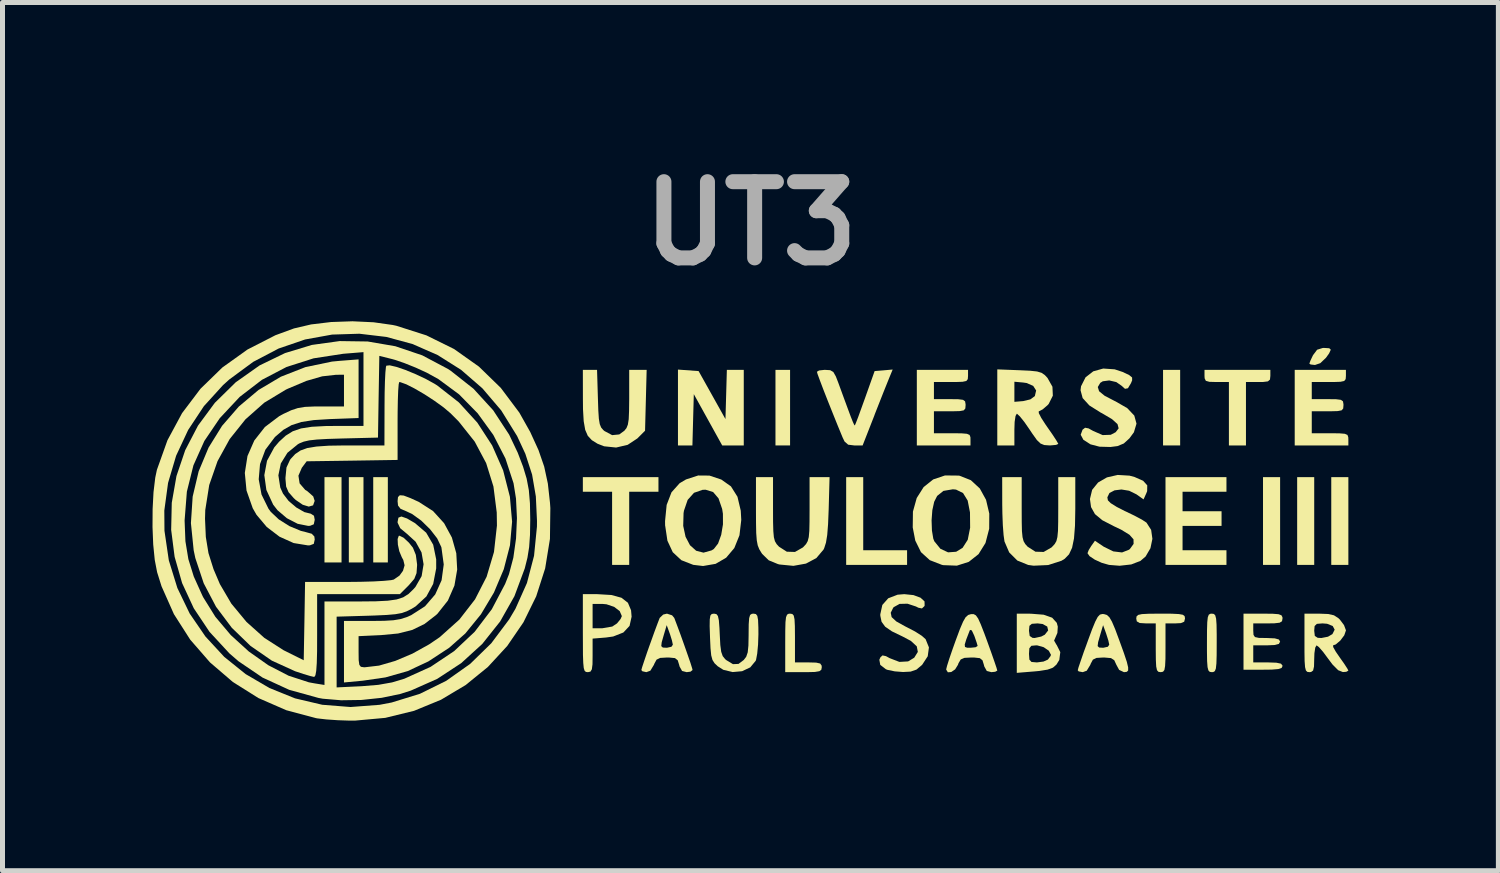
<source format=kicad_pcb>
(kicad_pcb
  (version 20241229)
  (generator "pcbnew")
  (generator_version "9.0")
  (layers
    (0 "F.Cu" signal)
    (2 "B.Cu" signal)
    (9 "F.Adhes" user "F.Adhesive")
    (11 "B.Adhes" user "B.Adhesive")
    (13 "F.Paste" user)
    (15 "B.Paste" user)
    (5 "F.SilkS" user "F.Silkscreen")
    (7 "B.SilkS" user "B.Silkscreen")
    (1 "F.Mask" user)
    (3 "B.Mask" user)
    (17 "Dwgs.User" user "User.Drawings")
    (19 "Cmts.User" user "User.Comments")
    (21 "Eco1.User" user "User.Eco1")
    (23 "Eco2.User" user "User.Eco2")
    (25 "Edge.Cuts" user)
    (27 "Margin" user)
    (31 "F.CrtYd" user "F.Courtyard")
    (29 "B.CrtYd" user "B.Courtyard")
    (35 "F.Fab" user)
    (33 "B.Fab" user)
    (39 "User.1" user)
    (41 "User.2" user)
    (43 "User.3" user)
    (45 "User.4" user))
  (footprint "UT3"
    (layer "F.Cu")
    (at 12.019 7.418)
    (property "Reference" "UT3" (at -0.05 -6 0) (layer "F.Fab") (effects (font (size 1.524 1.524) (thickness 0.3))))
    (attr board_only exclude_from_pos_files exclude_from_bom)
    (fp_poly (pts (xy -8.239 0.78) (xy -8.58 0.78) (xy -8.58 -0.926) (xy -8.239 -0.926)) (stroke (width 0) (type solid)) (fill yes) (layer "F.SilkS"))
    (fp_poly (pts (xy -7.8 0.78) (xy -8.093 0.78) (xy -8.093 -0.926) (xy -7.8 -0.926)) (stroke (width 0) (type solid)) (fill yes) (layer "F.SilkS"))
    (fp_poly (pts (xy -7.313 0.78) (xy -7.605 0.78) (xy -7.605 -0.926) (xy -7.313 -0.926)) (stroke (width 0) (type solid)) (fill yes) (layer "F.SilkS"))
    (fp_poly (pts (xy 0.731 -1.56) (xy 0.439 -1.56) (xy 0.439 -3.071) (xy 0.731 -3.071)) (stroke (width 0) (type solid)) (fill yes) (layer "F.SilkS"))
    (fp_poly (pts (xy 8.532 -1.56) (xy 8.19 -1.56) (xy 8.19 -3.071) (xy 8.532 -3.071)) (stroke (width 0) (type solid)) (fill yes) (layer "F.SilkS"))
    (fp_poly (pts (xy 10.531 0.829) (xy 10.189 0.829) (xy 10.189 -0.926) (xy 10.531 -0.926)) (stroke (width 0) (type solid)) (fill yes) (layer "F.SilkS"))
    (fp_poly (pts (xy 11.213 0.829) (xy 10.872 0.829) (xy 10.872 -0.926) (xy 11.213 -0.926)) (stroke (width 0) (type solid)) (fill yes) (layer "F.SilkS"))
    (fp_poly (pts (xy 11.896 0.829) (xy 11.554 0.829) (xy 11.554 -0.926) (xy 11.896 -0.926)) (stroke (width 0) (type solid)) (fill yes) (layer "F.SilkS"))
    (fp_poly (pts (xy 2.194 0.536) (xy 3.071 0.536) (xy 3.071 0.829) (xy 1.853 0.829) (xy 1.853 -0.926) (xy 2.194 -0.926)) (stroke (width 0) (type solid)) (fill yes) (layer "F.SilkS"))
    (fp_poly (pts (xy -1.901 -0.634) (xy -2.486 -0.634) (xy -2.486 0.829) (xy -2.828 0.829) (xy -2.828 -0.634) (xy -3.413 -0.634) (xy -3.413 -0.926) (xy -1.901 -0.926)) (stroke (width 0) (type solid)) (fill yes) (layer "F.SilkS"))
    (fp_poly (pts (xy 9.458 -0.634) (xy 8.58 -0.634) (xy 8.58 -0.244) (xy 9.36 -0.244) (xy 9.36 0.049) (xy 8.58 0.049) (xy 8.58 0.536) (xy 9.458 0.536) (xy 9.458 0.829) (xy 8.239 0.829) (xy 8.239 -0.926) (xy 9.458 -0.926)) (stroke (width 0) (type solid)) (fill yes) (layer "F.SilkS"))
    (fp_poly (pts (xy -1.098 -3.047) (xy -0.561 -2.087) (xy -0.547 -2.579) (xy -0.533 -3.071) (xy -0.195 -3.071) (xy -0.195 -1.56) (xy -0.626 -1.56) (xy -0.91 -2.073) (xy -1.194 -2.586) (xy -1.208 -2.073) (xy -1.222 -1.56) (xy -1.511 -1.56) (xy -1.511 -3.077)) (stroke (width 0) (type solid)) (fill yes) (layer "F.SilkS"))
    (fp_poly (pts (xy 11.513 -3.504) (xy 11.545 -3.475) (xy 11.511 -3.401) (xy 11.448 -3.313) (xy 11.334 -3.205) (xy 11.228 -3.169) (xy 11.141 -3.179) (xy 11.116 -3.196) (xy 11.136 -3.253) (xy 11.185 -3.357) (xy 11.19 -3.366) (xy 11.271 -3.474) (xy 11.383 -3.509) (xy 11.409 -3.51)) (stroke (width 0) (type solid)) (fill yes) (layer "F.SilkS"))
    (fp_poly (pts (xy 10.336 -2.95) (xy 10.328 -2.877) (xy 10.287 -2.841) (xy 10.19 -2.829) (xy 10.092 -2.828) (xy 9.848 -2.828) (xy 9.848 -1.56) (xy 9.507 -1.56) (xy 9.507 -2.828) (xy 9.263 -2.828) (xy 9.118 -2.832) (xy 9.046 -2.852) (xy 9.022 -2.901) (xy 9.019 -2.95) (xy 9.019 -3.071) (xy 10.336 -3.071)) (stroke (width 0) (type solid)) (fill yes) (layer "F.SilkS"))
    (fp_poly (pts (xy 9.207 1.81) (xy 9.234 1.838) (xy 9.251 1.904) (xy 9.26 2.025) (xy 9.263 2.217) (xy 9.263 2.389) (xy 9.262 2.636) (xy 9.257 2.801) (xy 9.246 2.902) (xy 9.226 2.953) (xy 9.194 2.972) (xy 9.165 2.974) (xy 9.124 2.968) (xy 9.097 2.94) (xy 9.08 2.874) (xy 9.071 2.753) (xy 9.068 2.561) (xy 9.068 2.389) (xy 9.069 2.142) (xy 9.074 1.976) (xy 9.085 1.876) (xy 9.105 1.824) (xy 9.137 1.806) (xy 9.165 1.804)) (stroke (width 0) (type solid)) (fill yes) (layer "F.SilkS"))
    (fp_poly (pts (xy 0.776 1.811) (xy 0.804 1.842) (xy 0.82 1.917) (xy 0.827 2.052) (xy 0.829 2.265) (xy 0.829 2.291) (xy 0.829 2.779) (xy 1.097 2.779) (xy 1.252 2.783) (xy 1.333 2.801) (xy 1.362 2.842) (xy 1.365 2.876) (xy 1.356 2.926) (xy 1.317 2.955) (xy 1.227 2.97) (xy 1.065 2.974) (xy 0.999 2.974) (xy 0.634 2.974) (xy 0.634 2.389) (xy 0.635 2.142) (xy 0.639 1.976) (xy 0.65 1.876) (xy 0.671 1.824) (xy 0.703 1.806) (xy 0.731 1.804)) (stroke (width 0) (type solid)) (fill yes) (layer "F.SilkS"))
    (fp_poly (pts (xy 4.29 -2.95) (xy 4.285 -2.886) (xy 4.256 -2.849) (xy 4.181 -2.833) (xy 4.04 -2.828) (xy 3.949 -2.828) (xy 3.608 -2.828) (xy 3.608 -2.486) (xy 3.925 -2.486) (xy 4.095 -2.484) (xy 4.19 -2.472) (xy 4.231 -2.442) (xy 4.241 -2.384) (xy 4.241 -2.364) (xy 4.236 -2.299) (xy 4.205 -2.262) (xy 4.125 -2.247) (xy 3.976 -2.243) (xy 3.925 -2.243) (xy 3.608 -2.243) (xy 3.608 -1.804) (xy 3.973 -1.804) (xy 4.159 -1.802) (xy 4.268 -1.793) (xy 4.321 -1.77) (xy 4.338 -1.725) (xy 4.339 -1.682) (xy 4.339 -1.56) (xy 3.266 -1.56) (xy 3.266 -3.071) (xy 4.29 -3.071)) (stroke (width 0) (type solid)) (fill yes) (layer "F.SilkS"))
    (fp_poly (pts (xy 11.847 -2.95) (xy 11.842 -2.886) (xy 11.813 -2.849) (xy 11.738 -2.833) (xy 11.597 -2.828) (xy 11.506 -2.828) (xy 11.164 -2.828) (xy 11.164 -2.486) (xy 11.481 -2.486) (xy 11.652 -2.484) (xy 11.746 -2.472) (xy 11.788 -2.442) (xy 11.798 -2.384) (xy 11.798 -2.364) (xy 11.793 -2.299) (xy 11.761 -2.262) (xy 11.682 -2.247) (xy 11.533 -2.243) (xy 11.481 -2.243) (xy 11.164 -2.243) (xy 11.164 -1.804) (xy 11.53 -1.804) (xy 11.716 -1.802) (xy 11.825 -1.793) (xy 11.878 -1.77) (xy 11.894 -1.725) (xy 11.896 -1.682) (xy 11.896 -1.56) (xy 10.823 -1.56) (xy 10.823 -3.071) (xy 11.847 -3.071)) (stroke (width 0) (type solid)) (fill yes) (layer "F.SilkS"))
    (fp_poly (pts (xy -3.112 -2.506) (xy -3.104 -2.262) (xy -3.093 -2.095) (xy -3.075 -1.987) (xy -3.047 -1.918) (xy -3.004 -1.868) (xy -2.981 -1.848) (xy -2.827 -1.766) (xy -2.685 -1.78) (xy -2.584 -1.853) (xy -2.541 -1.906) (xy -2.513 -1.976) (xy -2.496 -2.083) (xy -2.489 -2.247) (xy -2.486 -2.487) (xy -2.486 -2.511) (xy -2.486 -3.071) (xy -2.137 -3.071) (xy -2.169 -1.854) (xy -2.323 -1.7) (xy -2.517 -1.572) (xy -2.748 -1.518) (xy -2.988 -1.543) (xy -3.119 -1.594) (xy -3.233 -1.665) (xy -3.314 -1.752) (xy -3.366 -1.872) (xy -3.396 -2.044) (xy -3.41 -2.283) (xy -3.412 -2.499) (xy -3.413 -3.071) (xy -3.129 -3.071)) (stroke (width 0) (type solid)) (fill yes) (layer "F.SilkS"))
    (fp_poly (pts (xy 8.364 1.805) (xy 8.506 1.812) (xy 8.585 1.826) (xy 8.621 1.853) (xy 8.629 1.896) (xy 8.629 1.901) (xy 8.613 1.965) (xy 8.547 1.993) (xy 8.434 1.999) (xy 8.239 1.999) (xy 8.239 2.486) (xy 8.238 2.708) (xy 8.231 2.85) (xy 8.217 2.93) (xy 8.19 2.965) (xy 8.147 2.974) (xy 8.142 2.974) (xy 8.097 2.967) (xy 8.069 2.935) (xy 8.053 2.861) (xy 8.046 2.726) (xy 8.044 2.512) (xy 8.044 2.486) (xy 8.044 1.999) (xy 7.849 1.999) (xy 7.722 1.991) (xy 7.665 1.958) (xy 7.654 1.901) (xy 7.661 1.857) (xy 7.693 1.829) (xy 7.767 1.813) (xy 7.902 1.806) (xy 8.116 1.804) (xy 8.142 1.804)) (stroke (width 0) (type solid)) (fill yes) (layer "F.SilkS"))
    (fp_poly (pts (xy 10.384 1.806) (xy 10.5 1.815) (xy 10.558 1.837) (xy 10.578 1.876) (xy 10.579 1.901) (xy 10.569 1.956) (xy 10.522 1.985) (xy 10.416 1.997) (xy 10.287 1.999) (xy 9.994 1.999) (xy 9.994 2.145) (xy 9.999 2.229) (xy 10.028 2.272) (xy 10.107 2.289) (xy 10.258 2.291) (xy 10.262 2.291) (xy 10.424 2.298) (xy 10.507 2.321) (xy 10.531 2.364) (xy 10.506 2.409) (xy 10.422 2.431) (xy 10.262 2.438) (xy 9.994 2.438) (xy 9.994 2.779) (xy 10.287 2.779) (xy 10.457 2.785) (xy 10.548 2.804) (xy 10.579 2.843) (xy 10.579 2.852) (xy 10.561 2.89) (xy 10.494 2.912) (xy 10.362 2.923) (xy 10.189 2.925) (xy 9.799 2.925) (xy 9.799 1.804) (xy 10.189 1.804)) (stroke (width 0) (type solid)) (fill yes) (layer "F.SilkS"))
    (fp_poly (pts (xy 5.363 -0.29) (xy 5.364 -0.029) (xy 5.368 0.153) (xy 5.38 0.275) (xy 5.401 0.355) (xy 5.435 0.413) (xy 5.482 0.465) (xy 5.638 0.565) (xy 5.802 0.57) (xy 5.959 0.48) (xy 5.974 0.465) (xy 6.023 0.412) (xy 6.057 0.353) (xy 6.077 0.272) (xy 6.089 0.149) (xy 6.093 -0.035) (xy 6.094 -0.29) (xy 6.094 -0.926) (xy 6.435 -0.926) (xy 6.435 -0.291) (xy 6.429 0.046) (xy 6.409 0.301) (xy 6.371 0.486) (xy 6.31 0.617) (xy 6.224 0.706) (xy 6.159 0.746) (xy 5.893 0.832) (xy 5.6 0.845) (xy 5.493 0.83) (xy 5.276 0.742) (xy 5.113 0.579) (xy 5.019 0.361) (xy 5.001 0.233) (xy 4.986 0.038) (xy 4.977 -0.196) (xy 4.974 -0.378) (xy 4.973 -0.926) (xy 5.363 -0.926)) (stroke (width 0) (type solid)) (fill yes) (layer "F.SilkS"))
    (fp_poly (pts (xy -2.843 1.431) (xy -2.641 1.486) (xy -2.512 1.586) (xy -2.449 1.736) (xy -2.438 1.865) (xy -2.479 2.049) (xy -2.603 2.181) (xy -2.807 2.261) (xy -2.949 2.281) (xy -3.218 2.303) (xy -3.218 2.639) (xy -3.22 2.816) (xy -3.233 2.917) (xy -3.261 2.963) (xy -3.31 2.974) (xy -3.315 2.974) (xy -3.352 2.969) (xy -3.378 2.946) (xy -3.395 2.891) (xy -3.405 2.789) (xy -3.411 2.626) (xy -3.412 2.389) (xy -3.413 2.194) (xy -3.413 2.096) (xy -3.218 2.096) (xy -3.023 2.096) (xy -2.825 2.062) (xy -2.73 1.999) (xy -2.659 1.912) (xy -2.633 1.853) (xy -2.676 1.753) (xy -2.788 1.668) (xy -2.939 1.617) (xy -3.023 1.609) (xy -3.218 1.609) (xy -3.218 2.096) (xy -3.413 2.096) (xy -3.413 1.414) (xy -3.127 1.414)) (stroke (width 0) (type solid)) (fill yes) (layer "F.SilkS"))
    (fp_poly (pts (xy 2.716 -2.916) (xy 2.673 -2.809) (xy 2.603 -2.635) (xy 2.517 -2.417) (xy 2.423 -2.178) (xy 2.416 -2.157) (xy 2.182 -1.56) (xy 2.015 -1.56) (xy 1.893 -1.575) (xy 1.821 -1.638) (xy 1.782 -1.719) (xy 1.683 -1.959) (xy 1.582 -2.21) (xy 1.484 -2.455) (xy 1.397 -2.677) (xy 1.328 -2.859) (xy 1.282 -2.984) (xy 1.268 -3.033) (xy 1.31 -3.059) (xy 1.415 -3.071) (xy 1.435 -3.071) (xy 1.533 -3.065) (xy 1.596 -3.029) (xy 1.646 -2.941) (xy 1.695 -2.815) (xy 1.806 -2.511) (xy 1.889 -2.286) (xy 1.947 -2.13) (xy 1.986 -2.032) (xy 2.01 -1.979) (xy 2.023 -1.961) (xy 2.027 -1.962) (xy 2.048 -2.011) (xy 2.095 -2.133) (xy 2.159 -2.31) (xy 2.232 -2.512) (xy 2.422 -3.047) (xy 2.602 -3.062) (xy 2.783 -3.078)) (stroke (width 0) (type solid)) (fill yes) (layer "F.SilkS"))
    (fp_poly (pts (xy 0.39 -0.29) (xy 0.391 -0.029) (xy 0.396 0.153) (xy 0.407 0.275) (xy 0.428 0.355) (xy 0.462 0.413) (xy 0.51 0.465) (xy 0.666 0.565) (xy 0.829 0.57) (xy 0.987 0.48) (xy 1.002 0.465) (xy 1.051 0.412) (xy 1.084 0.353) (xy 1.105 0.272) (xy 1.116 0.149) (xy 1.12 -0.035) (xy 1.121 -0.29) (xy 1.121 -0.926) (xy 1.521 -0.926) (xy 1.503 -0.28) (xy 1.491 0.015) (xy 1.474 0.231) (xy 1.449 0.384) (xy 1.414 0.493) (xy 1.4 0.523) (xy 1.256 0.693) (xy 1.049 0.803) (xy 0.798 0.848) (xy 0.522 0.821) (xy 0.489 0.813) (xy 0.304 0.737) (xy 0.174 0.61) (xy 0.16 0.59) (xy 0.115 0.516) (xy 0.084 0.438) (xy 0.065 0.337) (xy 0.054 0.193) (xy 0.05 -0.013) (xy 0.049 -0.251) (xy 0.049 -0.926) (xy 0.39 -0.926)) (stroke (width 0) (type solid)) (fill yes) (layer "F.SilkS"))
    (fp_poly (pts (xy 4.102 -0.957) (xy 4.121 -0.954) (xy 4.346 -0.865) (xy 4.525 -0.7) (xy 4.65 -0.473) (xy 4.715 -0.197) (xy 4.713 0.106) (xy 4.639 0.391) (xy 4.5 0.614) (xy 4.305 0.768) (xy 4.067 0.844) (xy 3.794 0.834) (xy 3.767 0.828) (xy 3.525 0.734) (xy 3.349 0.574) (xy 3.235 0.343) (xy 3.184 0.08) (xy 3.186 -0.062) (xy 3.561 -0.062) (xy 3.568 0.141) (xy 3.595 0.304) (xy 3.616 0.357) (xy 3.738 0.507) (xy 3.891 0.578) (xy 4.053 0.566) (xy 4.181 0.488) (xy 4.284 0.327) (xy 4.332 0.085) (xy 4.329 -0.221) (xy 4.283 -0.457) (xy 4.19 -0.608) (xy 4.05 -0.677) (xy 3.987 -0.683) (xy 3.798 -0.651) (xy 3.672 -0.55) (xy 3.613 -0.433) (xy 3.576 -0.265) (xy 3.561 -0.062) (xy 3.186 -0.062) (xy 3.188 -0.237) (xy 3.264 -0.509) (xy 3.402 -0.727) (xy 3.593 -0.88) (xy 3.83 -0.96)) (stroke (width 0) (type solid)) (fill yes) (layer "F.SilkS"))
    (fp_poly (pts (xy -0.881 -0.957) (xy -0.644 -0.878) (xy -0.451 -0.741) (xy -0.321 -0.534) (xy -0.255 -0.255) (xy -0.245 -0.071) (xy -0.281 0.237) (xy -0.384 0.492) (xy -0.547 0.685) (xy -0.758 0.808) (xy -1.009 0.851) (xy -1.205 0.828) (xy -1.443 0.735) (xy -1.615 0.575) (xy -1.722 0.345) (xy -1.766 0.049) (xy -1.406 0.049) (xy -1.359 0.267) (xy -1.27 0.436) (xy -1.147 0.546) (xy -1 0.584) (xy -0.839 0.539) (xy -0.794 0.511) (xy -0.709 0.402) (xy -0.646 0.228) (xy -0.611 0.019) (xy -0.612 -0.193) (xy -0.627 -0.289) (xy -0.7 -0.502) (xy -0.808 -0.628) (xy -0.956 -0.674) (xy -1.016 -0.673) (xy -1.19 -0.613) (xy -1.317 -0.471) (xy -1.391 -0.255) (xy -1.399 -0.206) (xy -1.406 0.049) (xy -1.766 0.049) (xy -1.768 0.042) (xy -1.769 -0.047) (xy -1.737 -0.371) (xy -1.64 -0.623) (xy -1.477 -0.805) (xy -1.35 -0.88) (xy -1.107 -0.959)) (stroke (width 0) (type solid)) (fill yes) (layer "F.SilkS"))
    (fp_poly (pts (xy 0.048 1.812) (xy 0.076 1.848) (xy 0.091 1.931) (xy 0.097 2.081) (xy 0.098 2.216) (xy 0.091 2.422) (xy 0.074 2.603) (xy 0.051 2.727) (xy 0.043 2.747) (xy -0.065 2.878) (xy -0.228 2.955) (xy -0.417 2.972) (xy -0.604 2.927) (xy -0.716 2.856) (xy -0.78 2.795) (xy -0.821 2.73) (xy -0.846 2.638) (xy -0.86 2.495) (xy -0.87 2.278) (xy -0.87 2.271) (xy -0.877 2.055) (xy -0.875 1.918) (xy -0.863 1.843) (xy -0.836 1.811) (xy -0.792 1.804) (xy -0.79 1.804) (xy -0.742 1.813) (xy -0.712 1.851) (xy -0.693 1.938) (xy -0.681 2.093) (xy -0.675 2.223) (xy -0.664 2.432) (xy -0.646 2.567) (xy -0.616 2.653) (xy -0.567 2.714) (xy -0.543 2.734) (xy -0.411 2.814) (xy -0.3 2.809) (xy -0.195 2.73) (xy -0.146 2.666) (xy -0.116 2.578) (xy -0.102 2.443) (xy -0.098 2.237) (xy -0.098 2.218) (xy -0.096 2.017) (xy -0.087 1.894) (xy -0.068 1.83) (xy -0.033 1.807) (xy 0 1.804)) (stroke (width 0) (type solid)) (fill yes) (layer "F.SilkS"))
    (fp_poly (pts (xy 7.223 -3.082) (xy 7.383 -3.029) (xy 7.513 -2.967) (xy 7.571 -2.919) (xy 7.572 -2.863) (xy 7.549 -2.806) (xy 7.488 -2.704) (xy 7.429 -2.692) (xy 7.364 -2.751) (xy 7.255 -2.827) (xy 7.114 -2.86) (xy 6.985 -2.843) (xy 6.935 -2.812) (xy 6.885 -2.728) (xy 6.911 -2.644) (xy 7.021 -2.554) (xy 7.22 -2.45) (xy 7.238 -2.442) (xy 7.474 -2.306) (xy 7.615 -2.157) (xy 7.659 -1.996) (xy 7.607 -1.823) (xy 7.517 -1.701) (xy 7.405 -1.599) (xy 7.279 -1.547) (xy 7.139 -1.529) (xy 6.919 -1.535) (xy 6.739 -1.582) (xy 6.597 -1.673) (xy 6.543 -1.774) (xy 6.58 -1.875) (xy 6.631 -1.914) (xy 6.7 -1.901) (xy 6.792 -1.85) (xy 6.982 -1.767) (xy 7.144 -1.773) (xy 7.243 -1.825) (xy 7.302 -1.902) (xy 7.279 -1.987) (xy 7.169 -2.086) (xy 6.969 -2.204) (xy 6.943 -2.217) (xy 6.716 -2.36) (xy 6.582 -2.507) (xy 6.54 -2.664) (xy 6.55 -2.744) (xy 6.64 -2.922) (xy 6.794 -3.042) (xy 6.994 -3.098)) (stroke (width 0) (type solid)) (fill yes) (layer "F.SilkS"))
    (fp_poly (pts (xy -1.629 1.837) (xy -1.585 1.889) (xy -1.527 2.042) (xy -1.457 2.231) (xy -1.385 2.433) (xy -1.317 2.627) (xy -1.261 2.789) (xy -1.227 2.898) (xy -1.219 2.931) (xy -1.26 2.964) (xy -1.337 2.974) (xy -1.429 2.95) (xy -1.479 2.86) (xy -1.487 2.828) (xy -1.516 2.736) (xy -1.571 2.693) (xy -1.682 2.682) (xy -1.73 2.681) (xy -1.866 2.689) (xy -1.939 2.724) (xy -1.983 2.805) (xy -1.992 2.828) (xy -2.063 2.945) (xy -2.143 2.974) (xy -2.223 2.956) (xy -2.243 2.931) (xy -2.227 2.873) (xy -2.185 2.746) (xy -2.126 2.572) (xy -2.084 2.453) (xy -1.845 2.453) (xy -1.814 2.482) (xy -1.738 2.486) (xy -1.731 2.486) (xy -1.641 2.466) (xy -1.613 2.425) (xy -1.631 2.341) (xy -1.67 2.215) (xy -1.676 2.199) (xy -1.736 2.034) (xy -1.794 2.229) (xy -1.836 2.376) (xy -1.845 2.453) (xy -2.084 2.453) (xy -2.055 2.373) (xy -1.983 2.172) (xy -1.916 1.992) (xy -1.876 1.889) (xy -1.806 1.822) (xy -1.731 1.804)) (stroke (width 0) (type solid)) (fill yes) (layer "F.SilkS"))
    (fp_poly (pts (xy 3.199 1.433) (xy 3.34 1.485) (xy 3.42 1.559) (xy 3.422 1.643) (xy 3.416 1.655) (xy 3.368 1.7) (xy 3.296 1.685) (xy 3.249 1.661) (xy 3.079 1.605) (xy 2.921 1.609) (xy 2.804 1.674) (xy 2.793 1.687) (xy 2.744 1.786) (xy 2.762 1.873) (xy 2.856 1.96) (xy 3.034 2.059) (xy 3.064 2.074) (xy 3.231 2.161) (xy 3.367 2.248) (xy 3.442 2.315) (xy 3.508 2.479) (xy 3.484 2.656) (xy 3.375 2.823) (xy 3.368 2.831) (xy 3.258 2.923) (xy 3.142 2.963) (xy 2.99 2.971) (xy 2.825 2.958) (xy 2.686 2.93) (xy 2.648 2.916) (xy 2.535 2.829) (xy 2.516 2.726) (xy 2.538 2.677) (xy 2.58 2.639) (xy 2.649 2.654) (xy 2.723 2.694) (xy 2.917 2.769) (xy 3.092 2.759) (xy 3.214 2.685) (xy 3.286 2.569) (xy 3.265 2.458) (xy 3.147 2.349) (xy 2.981 2.261) (xy 2.768 2.158) (xy 2.633 2.065) (xy 2.561 1.967) (xy 2.536 1.848) (xy 2.535 1.818) (xy 2.576 1.63) (xy 2.694 1.497) (xy 2.881 1.425) (xy 3.015 1.414)) (stroke (width 0) (type solid)) (fill yes) (layer "F.SilkS"))
    (fp_poly (pts (xy 5.318 -3.064) (xy 5.531 -3.054) (xy 5.671 -3.039) (xy 5.761 -3.012) (xy 5.826 -2.967) (xy 5.879 -2.91) (xy 5.978 -2.734) (xy 5.986 -2.555) (xy 5.903 -2.39) (xy 5.877 -2.362) (xy 5.782 -2.281) (xy 5.709 -2.243) (xy 5.704 -2.243) (xy 5.705 -2.207) (xy 5.754 -2.111) (xy 5.842 -1.975) (xy 5.872 -1.932) (xy 5.977 -1.781) (xy 6.055 -1.662) (xy 6.093 -1.596) (xy 6.094 -1.59) (xy 6.051 -1.571) (xy 5.944 -1.561) (xy 5.911 -1.561) (xy 5.814 -1.568) (xy 5.74 -1.598) (xy 5.667 -1.668) (xy 5.575 -1.797) (xy 5.521 -1.878) (xy 5.417 -2.028) (xy 5.328 -2.139) (xy 5.271 -2.192) (xy 5.265 -2.194) (xy 5.24 -2.149) (xy 5.222 -2.031) (xy 5.217 -1.877) (xy 5.217 -1.56) (xy 4.875 -1.56) (xy 4.875 -2.834) (xy 5.217 -2.834) (xy 5.217 -2.432) (xy 5.394 -2.447) (xy 5.536 -2.481) (xy 5.625 -2.546) (xy 5.626 -2.547) (xy 5.652 -2.659) (xy 5.593 -2.751) (xy 5.462 -2.808) (xy 5.394 -2.818) (xy 5.217 -2.834) (xy 4.875 -2.834) (xy 4.875 -3.081)) (stroke (width 0) (type solid)) (fill yes) (layer "F.SilkS"))
    (fp_poly (pts (xy 5.546 1.805) (xy 5.801 1.825) (xy 5.972 1.885) (xy 6.065 1.988) (xy 6.085 2.064) (xy 6.077 2.19) (xy 6.042 2.271) (xy 6.011 2.343) (xy 6.056 2.422) (xy 6.063 2.43) (xy 6.135 2.574) (xy 6.115 2.73) (xy 6.057 2.824) (xy 5.988 2.884) (xy 5.882 2.923) (xy 5.715 2.95) (xy 5.619 2.959) (xy 5.265 2.988) (xy 5.265 2.608) (xy 5.509 2.608) (xy 5.517 2.723) (xy 5.559 2.77) (xy 5.663 2.779) (xy 5.67 2.779) (xy 5.799 2.762) (xy 5.888 2.722) (xy 5.889 2.72) (xy 5.941 2.651) (xy 5.948 2.626) (xy 5.905 2.545) (xy 5.803 2.475) (xy 5.676 2.439) (xy 5.652 2.438) (xy 5.556 2.447) (xy 5.516 2.497) (xy 5.509 2.608) (xy 5.265 2.608) (xy 5.265 2.145) (xy 5.509 2.145) (xy 5.523 2.25) (xy 5.579 2.288) (xy 5.622 2.291) (xy 5.754 2.262) (xy 5.825 2.225) (xy 5.892 2.14) (xy 5.874 2.062) (xy 5.781 2.011) (xy 5.681 1.999) (xy 5.566 2.007) (xy 5.518 2.047) (xy 5.509 2.145) (xy 5.265 2.145) (xy 5.265 1.804)) (stroke (width 0) (type solid)) (fill yes) (layer "F.SilkS"))
    (fp_poly (pts (xy 7.009 1.813) (xy 7.066 1.83) (xy 7.116 1.875) (xy 7.168 1.964) (xy 7.232 2.114) (xy 7.316 2.34) (xy 7.316 2.34) (xy 7.407 2.592) (xy 7.465 2.766) (xy 7.492 2.878) (xy 7.492 2.94) (xy 7.466 2.967) (xy 7.415 2.974) (xy 7.408 2.974) (xy 7.312 2.929) (xy 7.257 2.828) (xy 7.214 2.735) (xy 7.149 2.693) (xy 7.027 2.682) (xy 6.996 2.681) (xy 6.86 2.689) (xy 6.787 2.724) (xy 6.743 2.806) (xy 6.735 2.828) (xy 6.664 2.945) (xy 6.584 2.974) (xy 6.503 2.959) (xy 6.484 2.937) (xy 6.499 2.88) (xy 6.543 2.75) (xy 6.606 2.567) (xy 6.648 2.453) (xy 6.882 2.453) (xy 6.913 2.482) (xy 6.989 2.486) (xy 6.996 2.486) (xy 7.086 2.466) (xy 7.114 2.425) (xy 7.096 2.341) (xy 7.056 2.215) (xy 7.051 2.199) (xy 6.991 2.034) (xy 6.933 2.229) (xy 6.891 2.376) (xy 6.882 2.453) (xy 6.648 2.453) (xy 6.685 2.351) (xy 6.685 2.35) (xy 6.771 2.117) (xy 6.835 1.962) (xy 6.884 1.869) (xy 6.928 1.823) (xy 6.975 1.811)) (stroke (width 0) (type solid)) (fill yes) (layer "F.SilkS"))
    (fp_poly (pts (xy 4.447 1.838) (xy 4.492 1.901) (xy 4.545 2.018) (xy 4.617 2.203) (xy 4.673 2.355) (xy 4.751 2.572) (xy 4.815 2.755) (xy 4.859 2.885) (xy 4.875 2.942) (xy 4.875 2.943) (xy 4.834 2.966) (xy 4.757 2.974) (xy 4.665 2.95) (xy 4.615 2.86) (xy 4.607 2.828) (xy 4.579 2.737) (xy 4.526 2.694) (xy 4.418 2.682) (xy 4.357 2.681) (xy 4.218 2.688) (xy 4.144 2.72) (xy 4.099 2.796) (xy 4.088 2.828) (xy 4.032 2.918) (xy 3.955 2.971) (xy 3.887 2.977) (xy 3.854 2.925) (xy 3.854 2.913) (xy 3.871 2.845) (xy 3.915 2.706) (xy 3.979 2.519) (xy 4.014 2.421) (xy 4.224 2.421) (xy 4.229 2.47) (xy 4.272 2.485) (xy 4.34 2.486) (xy 4.441 2.476) (xy 4.482 2.45) (xy 4.482 2.45) (xy 4.463 2.384) (xy 4.423 2.268) (xy 4.414 2.243) (xy 4.365 2.139) (xy 4.33 2.129) (xy 4.322 2.145) (xy 4.255 2.319) (xy 4.224 2.421) (xy 4.014 2.421) (xy 4.043 2.34) (xy 4.127 2.114) (xy 4.191 1.964) (xy 4.243 1.874) (xy 4.294 1.83) (xy 4.349 1.814) (xy 4.402 1.813)) (stroke (width 0) (type solid)) (fill yes) (layer "F.SilkS"))
    (fp_poly (pts (xy 7.519 -0.956) (xy 7.62 -0.929) (xy 7.792 -0.853) (xy 7.874 -0.762) (xy 7.872 -0.646) (xy 7.856 -0.605) (xy 7.8 -0.481) (xy 7.658 -0.582) (xy 7.512 -0.654) (xy 7.358 -0.679) (xy 7.22 -0.662) (xy 7.118 -0.609) (xy 7.076 -0.522) (xy 7.087 -0.462) (xy 7.143 -0.406) (xy 7.265 -0.33) (xy 7.427 -0.247) (xy 7.446 -0.239) (xy 7.62 -0.155) (xy 7.768 -0.076) (xy 7.858 -0.017) (xy 7.86 -0.014) (xy 7.952 0.129) (xy 7.977 0.308) (xy 7.938 0.495) (xy 7.841 0.661) (xy 7.738 0.749) (xy 7.554 0.82) (xy 7.321 0.846) (xy 7.11 0.829) (xy 6.965 0.788) (xy 6.825 0.724) (xy 6.72 0.654) (xy 6.679 0.595) (xy 6.704 0.531) (xy 6.753 0.452) (xy 6.828 0.346) (xy 7.004 0.465) (xy 7.195 0.559) (xy 7.37 0.58) (xy 7.51 0.525) (xy 7.529 0.508) (xy 7.601 0.409) (xy 7.599 0.317) (xy 7.518 0.226) (xy 7.353 0.125) (xy 7.208 0.056) (xy 6.976 -0.064) (xy 6.828 -0.187) (xy 6.75 -0.327) (xy 6.728 -0.489) (xy 6.772 -0.672) (xy 6.891 -0.819) (xy 7.068 -0.921) (xy 7.283 -0.97)) (stroke (width 0) (type solid)) (fill yes) (layer "F.SilkS"))
    (fp_poly (pts (xy 11.492 1.811) (xy 11.608 1.837) (xy 11.696 1.894) (xy 11.727 1.924) (xy 11.809 2.033) (xy 11.847 2.135) (xy 11.847 2.141) (xy 11.814 2.237) (xy 11.735 2.342) (xy 11.643 2.42) (xy 11.59 2.438) (xy 11.593 2.473) (xy 11.644 2.564) (xy 11.721 2.676) (xy 11.813 2.806) (xy 11.877 2.905) (xy 11.896 2.944) (xy 11.854 2.967) (xy 11.786 2.972) (xy 11.692 2.935) (xy 11.579 2.821) (xy 11.491 2.704) (xy 11.391 2.569) (xy 11.307 2.473) (xy 11.26 2.438) (xy 11.234 2.482) (xy 11.217 2.595) (xy 11.213 2.706) (xy 11.209 2.861) (xy 11.191 2.941) (xy 11.15 2.971) (xy 11.116 2.974) (xy 11.074 2.968) (xy 11.047 2.94) (xy 11.03 2.874) (xy 11.021 2.753) (xy 11.018 2.561) (xy 11.018 2.389) (xy 11.018 2.145) (xy 11.213 2.145) (xy 11.225 2.249) (xy 11.282 2.287) (xy 11.356 2.291) (xy 11.488 2.265) (xy 11.577 2.213) (xy 11.622 2.124) (xy 11.583 2.051) (xy 11.47 2.006) (xy 11.378 1.999) (xy 11.266 2.008) (xy 11.221 2.052) (xy 11.213 2.145) (xy 11.018 2.145) (xy 11.018 1.804) (xy 11.313 1.804)) (stroke (width 0) (type solid)) (fill yes) (layer "F.SilkS"))
    (fp_poly (pts (xy -7.598 -4.023) (xy -7.216 -3.969) (xy -7.142 -3.953) (xy -6.541 -3.761) (xy -5.988 -3.488) (xy -5.491 -3.136) (xy -5.054 -2.711) (xy -4.683 -2.216) (xy -4.465 -1.828) (xy -4.3 -1.467) (xy -4.186 -1.137) (xy -4.113 -0.798) (xy -4.07 -0.412) (xy -4.063 -0.308) (xy -4.071 0.309) (xy -4.167 0.9) (xy -4.346 1.458) (xy -4.601 1.977) (xy -4.925 2.45) (xy -5.312 2.87) (xy -5.756 3.231) (xy -6.25 3.526) (xy -6.788 3.747) (xy -7.364 3.888) (xy -7.97 3.943) (xy -8.085 3.943) (xy -8.316 3.935) (xy -8.544 3.919) (xy -8.725 3.898) (xy -8.751 3.893) (xy -9.344 3.735) (xy -9.901 3.492) (xy -10.412 3.171) (xy -10.869 2.779) (xy -11.265 2.324) (xy -11.591 1.814) (xy -11.839 1.256) (xy -11.927 0.975) (xy -11.974 0.731) (xy -12.005 0.421) (xy -12.019 0.072) (xy -12.017 -0.258) (xy -11.783 -0.258) (xy -11.78 0.146) (xy -11.693 0.738) (xy -11.522 1.291) (xy -11.276 1.801) (xy -10.96 2.262) (xy -10.585 2.668) (xy -10.156 3.013) (xy -9.681 3.291) (xy -9.169 3.498) (xy -8.625 3.626) (xy -8.059 3.671) (xy -7.478 3.627) (xy -7.237 3.581) (xy -6.672 3.407) (xy -6.145 3.147) (xy -5.666 2.808) (xy -5.244 2.396) (xy -4.887 1.919) (xy -4.761 1.706) (xy -4.531 1.191) (xy -4.389 0.647) (xy -4.331 0.063) (xy -4.33 -0.049) (xy -4.353 -0.54) (xy -4.428 -0.977) (xy -4.563 -1.393) (xy -4.728 -1.748) (xy -5.046 -2.261) (xy -5.423 -2.703) (xy -5.85 -3.073) (xy -6.318 -3.368) (xy -6.819 -3.588) (xy -7.343 -3.73) (xy -7.882 -3.794) (xy -8.427 -3.777) (xy -8.968 -3.679) (xy -9.497 -3.498) (xy -10.006 -3.231) (xy -10.485 -2.878) (xy -10.609 -2.766) (xy -10.991 -2.346) (xy -11.306 -1.87) (xy -11.547 -1.354) (xy -11.708 -0.811) (xy -11.783 -0.258) (xy -12.017 -0.258) (xy -12.017 -0.287) (xy -11.999 -0.626) (xy -11.964 -0.917) (xy -11.931 -1.073) (xy -11.72 -1.664) (xy -11.428 -2.206) (xy -11.06 -2.693) (xy -10.622 -3.119) (xy -10.12 -3.478) (xy -9.561 -3.764) (xy -9.19 -3.9) (xy -8.848 -3.98) (xy -8.447 -4.028) (xy -8.019 -4.043)) (stroke (width 0) (type solid)) (fill yes) (layer "F.SilkS"))
    (fp_poly (pts (xy -7.898 -2.108) (xy -8.471 -2.087) (xy -8.794 -2.067) (xy -9.042 -2.029) (xy -9.238 -1.966) (xy -9.403 -1.872) (xy -9.56 -1.738) (xy -9.575 -1.723) (xy -9.762 -1.474) (xy -9.869 -1.187) (xy -9.895 -0.882) (xy -9.839 -0.578) (xy -9.7 -0.295) (xy -9.654 -0.232) (xy -9.494 -0.081) (xy -9.28 0.054) (xy -9.051 0.149) (xy -8.958 0.172) (xy -8.835 0.206) (xy -8.783 0.26) (xy -8.775 0.322) (xy -8.794 0.408) (xy -8.87 0.437) (xy -8.91 0.439) (xy -9.197 0.392) (xy -9.479 0.265) (xy -9.734 0.071) (xy -9.94 -0.174) (xy -10.015 -0.305) (xy -10.139 -0.658) (xy -10.173 -1.01) (xy -10.12 -1.348) (xy -9.984 -1.658) (xy -9.771 -1.929) (xy -9.484 -2.146) (xy -9.403 -2.19) (xy -9.247 -2.263) (xy -9.114 -2.307) (xy -8.971 -2.331) (xy -8.784 -2.339) (xy -8.646 -2.34) (xy -8.19 -2.34) (xy -8.19 -2.974) (xy -8.349 -2.973) (xy -8.626 -2.942) (xy -8.941 -2.851) (xy -9.309 -2.696) (xy -9.352 -2.676) (xy -9.784 -2.415) (xy -10.161 -2.081) (xy -10.476 -1.687) (xy -10.719 -1.245) (xy -10.885 -0.768) (xy -10.964 -0.269) (xy -10.969 -0.094) (xy -10.953 0.27) (xy -10.9 0.593) (xy -10.799 0.914) (xy -10.672 1.212) (xy -10.443 1.603) (xy -10.139 1.97) (xy -9.782 2.289) (xy -9.395 2.537) (xy -9.36 2.554) (xy -8.995 2.736) (xy -8.981 1.953) (xy -8.968 1.17) (xy -8.144 1.17) (xy -7.861 1.167) (xy -7.604 1.16) (xy -7.393 1.148) (xy -7.247 1.134) (xy -7.194 1.122) (xy -7.079 1.042) (xy -7.01 0.947) (xy -6.978 0.837) (xy -7.003 0.733) (xy -7.035 0.673) (xy -7.084 0.555) (xy -7.112 0.424) (xy -7.117 0.312) (xy -7.095 0.249) (xy -7.081 0.245) (xy -6.997 0.286) (xy -6.89 0.386) (xy -6.811 0.486) (xy -6.753 0.629) (xy -6.728 0.819) (xy -6.728 0.838) (xy -6.739 0.994) (xy -6.784 1.108) (xy -6.886 1.227) (xy -6.9 1.242) (xy -7.072 1.414) (xy -8.727 1.414) (xy -8.727 2.243) (xy -8.728 2.562) (xy -8.734 2.793) (xy -8.745 2.948) (xy -8.761 3.036) (xy -8.783 3.068) (xy -8.788 3.069) (xy -8.862 3.052) (xy -8.999 3.011) (xy -9.166 2.956) (xy -9.632 2.744) (xy -10.058 2.45) (xy -10.433 2.087) (xy -10.749 1.666) (xy -10.995 1.197) (xy -11.163 0.692) (xy -11.196 0.536) (xy -11.251 -0.007) (xy -11.216 -0.537) (xy -11.096 -1.043) (xy -10.898 -1.517) (xy -10.628 -1.952) (xy -10.293 -2.338) (xy -9.899 -2.669) (xy -9.453 -2.934) (xy -8.962 -3.126) (xy -8.43 -3.237) (xy -8.284 -3.251) (xy -7.898 -3.281)) (stroke (width 0) (type solid)) (fill yes) (layer "F.SilkS"))
    (fp_poly (pts (xy -7.142 -3.131) (xy -6.965 -3.071) (xy -6.766 -2.989) (xy -6.564 -2.895) (xy -6.382 -2.795) (xy -6.326 -2.76) (xy -5.893 -2.421) (xy -5.524 -2.017) (xy -5.227 -1.56) (xy -5.007 -1.061) (xy -4.872 -0.534) (xy -4.828 -0.035) (xy -4.87 0.436) (xy -4.994 0.915) (xy -5.191 1.382) (xy -5.451 1.817) (xy -5.763 2.2) (xy -6.087 2.487) (xy -6.502 2.759) (xy -6.917 2.953) (xy -7.361 3.079) (xy -7.816 3.145) (xy -8.19 3.18) (xy -8.19 1.95) (xy -7.642 1.95) (xy -7.387 1.947) (xy -7.202 1.936) (xy -7.062 1.913) (xy -6.94 1.875) (xy -6.846 1.834) (xy -6.569 1.656) (xy -6.365 1.419) (xy -6.238 1.136) (xy -6.195 0.82) (xy -6.241 0.482) (xy -6.245 0.469) (xy -6.326 0.299) (xy -6.469 0.115) (xy -6.645 -0.057) (xy -6.828 -0.189) (xy -6.938 -0.241) (xy -7.058 -0.292) (xy -7.109 -0.358) (xy -7.118 -0.446) (xy -7.11 -0.527) (xy -7.074 -0.564) (xy -6.996 -0.558) (xy -6.861 -0.507) (xy -6.694 -0.431) (xy -6.409 -0.248) (xy -6.188 -0.005) (xy -6.032 0.282) (xy -5.944 0.596) (xy -5.926 0.922) (xy -5.981 1.242) (xy -6.112 1.542) (xy -6.32 1.805) (xy -6.35 1.833) (xy -6.579 2.01) (xy -6.823 2.129) (xy -7.108 2.201) (xy -7.447 2.233) (xy -7.898 2.254) (xy -7.898 2.565) (xy -7.896 2.734) (xy -7.883 2.827) (xy -7.852 2.867) (xy -7.792 2.876) (xy -7.771 2.876) (xy -7.489 2.843) (xy -7.165 2.749) (xy -6.822 2.604) (xy -6.487 2.418) (xy -6.275 2.274) (xy -5.883 1.923) (xy -5.569 1.518) (xy -5.337 1.065) (xy -5.19 0.57) (xy -5.131 0.042) (xy -5.135 -0.219) (xy -5.201 -0.739) (xy -5.347 -1.207) (xy -5.576 -1.637) (xy -5.895 -2.038) (xy -6.06 -2.204) (xy -6.202 -2.324) (xy -6.384 -2.455) (xy -6.582 -2.584) (xy -6.776 -2.697) (xy -6.943 -2.782) (xy -7.062 -2.825) (xy -7.085 -2.828) (xy -7.096 -2.782) (xy -7.106 -2.654) (xy -7.113 -2.462) (xy -7.117 -2.222) (xy -7.118 -2.049) (xy -7.118 -1.27) (xy -8.027 -1.256) (xy -8.936 -1.243) (xy -9.033 -1.113) (xy -9.101 -0.955) (xy -9.077 -0.801) (xy -8.965 -0.671) (xy -8.92 -0.643) (xy -8.805 -0.541) (xy -8.776 -0.451) (xy -8.808 -0.362) (xy -8.894 -0.337) (xy -9.015 -0.374) (xy -9.154 -0.469) (xy -9.195 -0.507) (xy -9.299 -0.626) (xy -9.347 -0.738) (xy -9.36 -0.891) (xy -9.36 -0.915) (xy -9.34 -1.119) (xy -9.27 -1.27) (xy -9.255 -1.291) (xy -9.165 -1.388) (xy -9.06 -1.459) (xy -8.924 -1.508) (xy -8.741 -1.538) (xy -8.495 -1.555) (xy -8.17 -1.56) (xy -8.104 -1.56) (xy -7.381 -1.56) (xy -7.379 -2.34) (xy -7.377 -2.607) (xy -7.371 -2.839) (xy -7.362 -3.018) (xy -7.351 -3.129) (xy -7.343 -3.155) (xy -7.275 -3.162)) (stroke (width 0) (type solid)) (fill yes) (layer "F.SilkS"))
    (fp_poly (pts (xy -7.717 -3.639) (xy -7.163 -3.544) (xy -6.625 -3.362) (xy -6.115 -3.092) (xy -6.055 -3.053) (xy -5.599 -2.693) (xy -5.206 -2.263) (xy -4.887 -1.776) (xy -4.715 -1.414) (xy -4.609 -1.136) (xy -4.537 -0.897) (xy -4.493 -0.664) (xy -4.471 -0.403) (xy -4.465 -0.079) (xy -4.465 -0.073) (xy -4.47 0.231) (xy -4.487 0.473) (xy -4.521 0.685) (xy -4.575 0.9) (xy -4.781 1.454) (xy -5.067 1.96) (xy -5.424 2.409) (xy -5.846 2.794) (xy -6.325 3.108) (xy -6.854 3.343) (xy -7.07 3.411) (xy -7.435 3.487) (xy -7.84 3.53) (xy -8.247 3.536) (xy -8.615 3.505) (xy -8.702 3.489) (xy -9.286 3.327) (xy -9.819 3.082) (xy -10.301 2.755) (xy -10.481 2.599) (xy -10.879 2.168) (xy -11.194 1.696) (xy -11.427 1.193) (xy -11.577 0.667) (xy -11.646 0.128) (xy -11.642 -0.049) (xy -11.377 -0.049) (xy -11.361 0.357) (xy -11.302 0.714) (xy -11.194 1.061) (xy -11.026 1.434) (xy -11.006 1.475) (xy -10.762 1.867) (xy -10.453 2.233) (xy -10.094 2.56) (xy -9.704 2.835) (xy -9.298 3.045) (xy -8.893 3.177) (xy -8.785 3.197) (xy -8.58 3.23) (xy -8.58 1.56) (xy -7.871 1.56) (xy -7.553 1.557) (xy -7.314 1.545) (xy -7.137 1.52) (xy -7.005 1.477) (xy -6.899 1.41) (xy -6.802 1.316) (xy -6.76 1.268) (xy -6.637 1.053) (xy -6.598 0.816) (xy -6.639 0.58) (xy -6.757 0.366) (xy -6.928 0.21) (xy -7.066 0.095) (xy -7.117 -0.014) (xy -7.118 -0.031) (xy -7.101 -0.116) (xy -7.042 -0.139) (xy -6.93 -0.1) (xy -6.769 -0.006) (xy -6.546 0.185) (xy -6.406 0.425) (xy -6.346 0.718) (xy -6.346 0.899) (xy -6.406 1.209) (xy -6.542 1.46) (xy -6.758 1.659) (xy -6.838 1.708) (xy -6.935 1.757) (xy -7.036 1.792) (xy -7.162 1.815) (xy -7.335 1.83) (xy -7.575 1.841) (xy -7.691 1.845) (xy -8.337 1.864) (xy -8.337 3.279) (xy -7.837 3.255) (xy -7.505 3.228) (xy -7.229 3.179) (xy -6.982 3.105) (xy -6.458 2.868) (xy -5.987 2.553) (xy -5.576 2.166) (xy -5.234 1.716) (xy -4.967 1.209) (xy -4.89 1.014) (xy -4.803 0.685) (xy -4.749 0.3) (xy -4.731 -0.106) (xy -4.75 -0.498) (xy -4.799 -0.804) (xy -4.961 -1.299) (xy -5.204 -1.771) (xy -5.517 -2.203) (xy -5.888 -2.581) (xy -6.304 -2.888) (xy -6.533 -3.014) (xy -6.753 -3.115) (xy -6.977 -3.205) (xy -7.166 -3.27) (xy -7.215 -3.284) (xy -7.483 -3.351) (xy -7.497 -2.534) (xy -7.51 -1.717) (xy -8.228 -1.699) (xy -8.52 -1.69) (xy -8.733 -1.678) (xy -8.886 -1.661) (xy -8.995 -1.636) (xy -9.08 -1.602) (xy -9.112 -1.584) (xy -9.321 -1.413) (xy -9.453 -1.2) (xy -9.502 -0.962) (xy -9.464 -0.718) (xy -9.409 -0.596) (xy -9.297 -0.45) (xy -9.144 -0.32) (xy -8.983 -0.227) (xy -8.854 -0.195) (xy -8.79 -0.154) (xy -8.775 -0.073) (xy -8.794 0.017) (xy -8.868 0.047) (xy -8.906 0.049) (xy -9.116 0.007) (xy -9.331 -0.104) (xy -9.52 -0.265) (xy -9.606 -0.376) (xy -9.742 -0.67) (xy -9.783 -0.966) (xy -9.729 -1.254) (xy -9.583 -1.523) (xy -9.487 -1.635) (xy -9.355 -1.756) (xy -9.215 -1.843) (xy -9.049 -1.9) (xy -8.837 -1.933) (xy -8.559 -1.948) (xy -8.349 -1.95) (xy -7.8 -1.95) (xy -7.8 -3.426) (xy -8.205 -3.393) (xy -8.798 -3.302) (xy -9.339 -3.129) (xy -9.831 -2.872) (xy -10.275 -2.531) (xy -10.673 -2.106) (xy -10.982 -1.65) (xy -11.201 -1.162) (xy -11.332 -0.636) (xy -11.377 -0.065) (xy -11.377 -0.049) (xy -11.642 -0.049) (xy -11.634 -0.413) (xy -11.54 -0.948) (xy -11.365 -1.465) (xy -11.109 -1.957) (xy -10.773 -2.412) (xy -10.356 -2.822) (xy -10.348 -2.828) (xy -9.878 -3.16) (xy -9.369 -3.407) (xy -8.832 -3.57) (xy -8.277 -3.647)) (stroke (width 0) (type solid)) (fill yes) (layer "F.SilkS")))
  (gr_rect
    (start -3 -3)
    (end 26.915 14.362)
    (stroke (width 0.1) (type default))
    (fill no)
    (layer "Edge.Cuts")))
</source>
